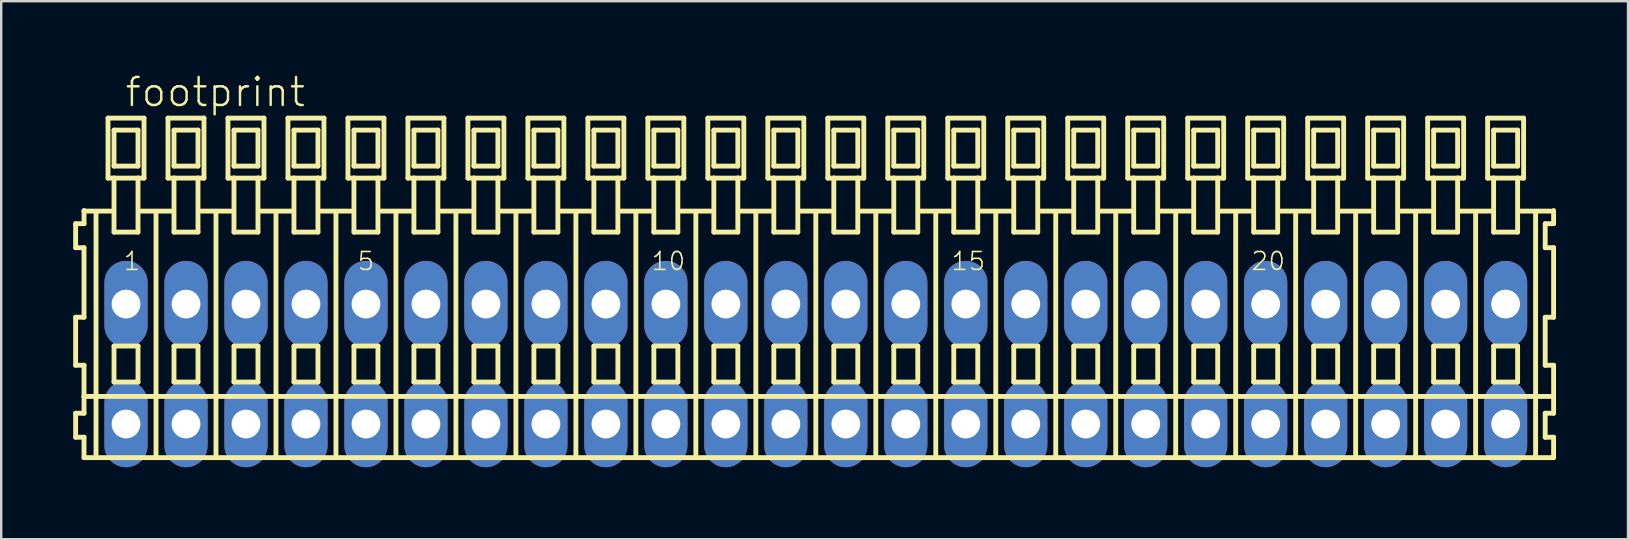
<source format=kicad_pcb>
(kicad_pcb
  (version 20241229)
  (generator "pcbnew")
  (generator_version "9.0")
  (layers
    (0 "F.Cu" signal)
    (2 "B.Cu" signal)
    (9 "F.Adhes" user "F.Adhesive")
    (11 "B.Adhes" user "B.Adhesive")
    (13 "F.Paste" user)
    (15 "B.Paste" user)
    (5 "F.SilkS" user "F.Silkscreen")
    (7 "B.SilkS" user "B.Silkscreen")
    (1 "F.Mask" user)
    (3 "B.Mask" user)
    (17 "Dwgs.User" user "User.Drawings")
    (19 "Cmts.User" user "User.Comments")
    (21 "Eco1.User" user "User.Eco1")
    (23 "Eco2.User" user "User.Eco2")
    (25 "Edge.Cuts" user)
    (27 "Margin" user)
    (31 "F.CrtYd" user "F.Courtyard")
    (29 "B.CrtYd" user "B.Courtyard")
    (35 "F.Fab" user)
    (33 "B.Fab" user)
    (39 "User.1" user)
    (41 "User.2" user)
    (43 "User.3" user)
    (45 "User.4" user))
  (footprint "footprint"
    (layer "F.Cu")
    (at 30.952 12.123)
    (property "Reference" "footprint" (at -28.85 -10.65 0) (layer "F.SilkS") (effects (font (size 1.168 1.168) (thickness 0.102)) (justify left bottom)))
    (fp_line (start -30.85 -5.85) (end -30.85 -4.85) (stroke (width 0.203) (type solid)) (layer "F.SilkS"))
    (fp_line (start -30.85 -4.85) (end -30.5 -4.85) (stroke (width 0.203) (type solid)) (layer "F.SilkS"))
    (fp_line (start -30.85 -1.95) (end -30.85 0.05) (stroke (width 0.203) (type solid)) (layer "F.SilkS"))
    (fp_line (start -30.85 0.05) (end -30.5 0.05) (stroke (width 0.203) (type solid)) (layer "F.SilkS"))
    (fp_line (start -30.85 2.05) (end -30.85 3.05) (stroke (width 0.203) (type solid)) (layer "F.SilkS"))
    (fp_line (start -30.85 3.05) (end -30.5 3.05) (stroke (width 0.203) (type solid)) (layer "F.SilkS"))
    (fp_line (start -30.5 -6.4) (end -30.5 -6.375) (stroke (width 0.203) (type solid)) (layer "F.SilkS"))
    (fp_line (start -30.5 -6.375) (end -30.5 -5.85) (stroke (width 0.203) (type solid)) (layer "F.SilkS"))
    (fp_line (start -30.5 -6.375) (end -29.375 -6.375) (stroke (width 0.203) (type solid)) (layer "F.SilkS"))
    (fp_line (start -30.5 -5.85) (end -30.85 -5.85) (stroke (width 0.203) (type solid)) (layer "F.SilkS"))
    (fp_line (start -30.5 -4.85) (end -30.5 -1.95) (stroke (width 0.203) (type solid)) (layer "F.SilkS"))
    (fp_line (start -30.5 -1.95) (end -30.85 -1.95) (stroke (width 0.203) (type solid)) (layer "F.SilkS"))
    (fp_line (start -30.5 0.05) (end -30.5 1.35) (stroke (width 0.203) (type solid)) (layer "F.SilkS"))
    (fp_line (start -30.5 1.35) (end -30.5 2.05) (stroke (width 0.203) (type solid)) (layer "F.SilkS"))
    (fp_line (start -30.5 1.35) (end 30.75 1.35) (stroke (width 0.203) (type solid)) (layer "F.SilkS"))
    (fp_line (start -30.5 2.05) (end -30.85 2.05) (stroke (width 0.203) (type solid)) (layer "F.SilkS"))
    (fp_line (start -30.5 3.05) (end -30.5 3.9) (stroke (width 0.203) (type solid)) (layer "F.SilkS"))
    (fp_line (start -30.5 3.9) (end 30.75 3.9) (stroke (width 0.203) (type solid)) (layer "F.SilkS"))
    (fp_line (start -30 -6.35) (end -30 3.8) (stroke (width 0.203) (type solid)) (layer "F.SilkS"))
    (fp_line (start -29.5 -10.25) (end -29.5 -7.75) (stroke (width 0.203) (type solid)) (layer "F.SilkS"))
    (fp_line (start -29.5 -7.75) (end -29.25 -7.75) (stroke (width 0.203) (type solid)) (layer "F.SilkS"))
    (fp_line (start -29.25 -9.75) (end -29.25 -8.25) (stroke (width 0.203) (type solid)) (layer "F.SilkS"))
    (fp_line (start -29.25 -8.25) (end -28.25 -8.25) (stroke (width 0.203) (type solid)) (layer "F.SilkS"))
    (fp_line (start -29.25 -7.75) (end -29.25 -5.5) (stroke (width 0.203) (type solid)) (layer "F.SilkS"))
    (fp_line (start -29.25 -7.75) (end -28.25 -7.75) (stroke (width 0.203) (type solid)) (layer "F.SilkS"))
    (fp_line (start -29.25 -5.5) (end -28.25 -5.5) (stroke (width 0.203) (type solid)) (layer "F.SilkS"))
    (fp_line (start -29.25 -0.75) (end -29.25 0.75) (stroke (width 0.203) (type solid)) (layer "F.SilkS"))
    (fp_line (start -29.25 0.75) (end -28.25 0.75) (stroke (width 0.203) (type solid)) (layer "F.SilkS"))
    (fp_line (start -28.25 -9.75) (end -29.25 -9.75) (stroke (width 0.203) (type solid)) (layer "F.SilkS"))
    (fp_line (start -28.25 -8.25) (end -28.25 -9.75) (stroke (width 0.203) (type solid)) (layer "F.SilkS"))
    (fp_line (start -28.25 -7.75) (end -28 -7.75) (stroke (width 0.203) (type solid)) (layer "F.SilkS"))
    (fp_line (start -28.25 -5.5) (end -28.25 -7.75) (stroke (width 0.203) (type solid)) (layer "F.SilkS"))
    (fp_line (start -28.25 -0.75) (end -29.25 -0.75) (stroke (width 0.203) (type solid)) (layer "F.SilkS"))
    (fp_line (start -28.25 0.75) (end -28.25 -0.75) (stroke (width 0.203) (type solid)) (layer "F.SilkS"))
    (fp_line (start -28.125 -6.375) (end -26.875 -6.375) (stroke (width 0.203) (type solid)) (layer "F.SilkS"))
    (fp_line (start -28 -10.25) (end -29.5 -10.25) (stroke (width 0.203) (type solid)) (layer "F.SilkS"))
    (fp_line (start -28 -7.75) (end -28 -10.25) (stroke (width 0.203) (type solid)) (layer "F.SilkS"))
    (fp_line (start -27.5 -6.35) (end -27.5 3.8) (stroke (width 0.203) (type solid)) (layer "F.SilkS"))
    (fp_line (start -27 -10.25) (end -27 -7.75) (stroke (width 0.203) (type solid)) (layer "F.SilkS"))
    (fp_line (start -27 -7.75) (end -26.75 -7.75) (stroke (width 0.203) (type solid)) (layer "F.SilkS"))
    (fp_line (start -26.75 -9.75) (end -26.75 -8.25) (stroke (width 0.203) (type solid)) (layer "F.SilkS"))
    (fp_line (start -26.75 -8.25) (end -25.75 -8.25) (stroke (width 0.203) (type solid)) (layer "F.SilkS"))
    (fp_line (start -26.75 -7.75) (end -26.75 -5.5) (stroke (width 0.203) (type solid)) (layer "F.SilkS"))
    (fp_line (start -26.75 -7.75) (end -25.75 -7.75) (stroke (width 0.203) (type solid)) (layer "F.SilkS"))
    (fp_line (start -26.75 -5.5) (end -25.75 -5.5) (stroke (width 0.203) (type solid)) (layer "F.SilkS"))
    (fp_line (start -26.75 -0.75) (end -26.75 0.75) (stroke (width 0.203) (type solid)) (layer "F.SilkS"))
    (fp_line (start -26.75 0.75) (end -25.75 0.75) (stroke (width 0.203) (type solid)) (layer "F.SilkS"))
    (fp_line (start -25.75 -9.75) (end -26.75 -9.75) (stroke (width 0.203) (type solid)) (layer "F.SilkS"))
    (fp_line (start -25.75 -8.25) (end -25.75 -9.75) (stroke (width 0.203) (type solid)) (layer "F.SilkS"))
    (fp_line (start -25.75 -7.75) (end -25.5 -7.75) (stroke (width 0.203) (type solid)) (layer "F.SilkS"))
    (fp_line (start -25.75 -5.5) (end -25.75 -7.75) (stroke (width 0.203) (type solid)) (layer "F.SilkS"))
    (fp_line (start -25.75 -0.75) (end -26.75 -0.75) (stroke (width 0.203) (type solid)) (layer "F.SilkS"))
    (fp_line (start -25.75 0.75) (end -25.75 -0.75) (stroke (width 0.203) (type solid)) (layer "F.SilkS"))
    (fp_line (start -25.625 -6.375) (end -24.375 -6.375) (stroke (width 0.203) (type solid)) (layer "F.SilkS"))
    (fp_line (start -25.5 -10.25) (end -27 -10.25) (stroke (width 0.203) (type solid)) (layer "F.SilkS"))
    (fp_line (start -25.5 -7.75) (end -25.5 -10.25) (stroke (width 0.203) (type solid)) (layer "F.SilkS"))
    (fp_line (start -25 -6.35) (end -25 3.8) (stroke (width 0.203) (type solid)) (layer "F.SilkS"))
    (fp_line (start -24.5 -10.25) (end -24.5 -7.75) (stroke (width 0.203) (type solid)) (layer "F.SilkS"))
    (fp_line (start -24.5 -7.75) (end -24.25 -7.75) (stroke (width 0.203) (type solid)) (layer "F.SilkS"))
    (fp_line (start -24.25 -9.75) (end -24.25 -8.25) (stroke (width 0.203) (type solid)) (layer "F.SilkS"))
    (fp_line (start -24.25 -8.25) (end -23.25 -8.25) (stroke (width 0.203) (type solid)) (layer "F.SilkS"))
    (fp_line (start -24.25 -7.75) (end -24.25 -5.5) (stroke (width 0.203) (type solid)) (layer "F.SilkS"))
    (fp_line (start -24.25 -7.75) (end -23.25 -7.75) (stroke (width 0.203) (type solid)) (layer "F.SilkS"))
    (fp_line (start -24.25 -5.5) (end -23.25 -5.5) (stroke (width 0.203) (type solid)) (layer "F.SilkS"))
    (fp_line (start -24.25 -0.75) (end -24.25 0.75) (stroke (width 0.203) (type solid)) (layer "F.SilkS"))
    (fp_line (start -24.25 0.75) (end -23.25 0.75) (stroke (width 0.203) (type solid)) (layer "F.SilkS"))
    (fp_line (start -23.25 -9.75) (end -24.25 -9.75) (stroke (width 0.203) (type solid)) (layer "F.SilkS"))
    (fp_line (start -23.25 -8.25) (end -23.25 -9.75) (stroke (width 0.203) (type solid)) (layer "F.SilkS"))
    (fp_line (start -23.25 -7.75) (end -23 -7.75) (stroke (width 0.203) (type solid)) (layer "F.SilkS"))
    (fp_line (start -23.25 -5.5) (end -23.25 -7.75) (stroke (width 0.203) (type solid)) (layer "F.SilkS"))
    (fp_line (start -23.25 -0.75) (end -24.25 -0.75) (stroke (width 0.203) (type solid)) (layer "F.SilkS"))
    (fp_line (start -23.25 0.75) (end -23.25 -0.75) (stroke (width 0.203) (type solid)) (layer "F.SilkS"))
    (fp_line (start -23.125 -6.375) (end -21.875 -6.375) (stroke (width 0.203) (type solid)) (layer "F.SilkS"))
    (fp_line (start -23 -10.25) (end -24.5 -10.25) (stroke (width 0.203) (type solid)) (layer "F.SilkS"))
    (fp_line (start -23 -7.75) (end -23 -10.25) (stroke (width 0.203) (type solid)) (layer "F.SilkS"))
    (fp_line (start -22.5 -6.35) (end -22.5 3.8) (stroke (width 0.203) (type solid)) (layer "F.SilkS"))
    (fp_line (start -22 -10.25) (end -22 -7.75) (stroke (width 0.203) (type solid)) (layer "F.SilkS"))
    (fp_line (start -22 -7.75) (end -21.75 -7.75) (stroke (width 0.203) (type solid)) (layer "F.SilkS"))
    (fp_line (start -21.75 -9.75) (end -21.75 -8.25) (stroke (width 0.203) (type solid)) (layer "F.SilkS"))
    (fp_line (start -21.75 -8.25) (end -20.75 -8.25) (stroke (width 0.203) (type solid)) (layer "F.SilkS"))
    (fp_line (start -21.75 -7.75) (end -21.75 -5.5) (stroke (width 0.203) (type solid)) (layer "F.SilkS"))
    (fp_line (start -21.75 -7.75) (end -20.75 -7.75) (stroke (width 0.203) (type solid)) (layer "F.SilkS"))
    (fp_line (start -21.75 -5.5) (end -20.75 -5.5) (stroke (width 0.203) (type solid)) (layer "F.SilkS"))
    (fp_line (start -21.75 -0.75) (end -21.75 0.75) (stroke (width 0.203) (type solid)) (layer "F.SilkS"))
    (fp_line (start -21.75 0.75) (end -20.75 0.75) (stroke (width 0.203) (type solid)) (layer "F.SilkS"))
    (fp_line (start -20.75 -9.75) (end -21.75 -9.75) (stroke (width 0.203) (type solid)) (layer "F.SilkS"))
    (fp_line (start -20.75 -8.25) (end -20.75 -9.75) (stroke (width 0.203) (type solid)) (layer "F.SilkS"))
    (fp_line (start -20.75 -7.75) (end -20.5 -7.75) (stroke (width 0.203) (type solid)) (layer "F.SilkS"))
    (fp_line (start -20.75 -5.5) (end -20.75 -7.75) (stroke (width 0.203) (type solid)) (layer "F.SilkS"))
    (fp_line (start -20.75 -0.75) (end -21.75 -0.75) (stroke (width 0.203) (type solid)) (layer "F.SilkS"))
    (fp_line (start -20.75 0.75) (end -20.75 -0.75) (stroke (width 0.203) (type solid)) (layer "F.SilkS"))
    (fp_line (start -20.625 -6.375) (end -19.375 -6.375) (stroke (width 0.203) (type solid)) (layer "F.SilkS"))
    (fp_line (start -20.5 -10.25) (end -22 -10.25) (stroke (width 0.203) (type solid)) (layer "F.SilkS"))
    (fp_line (start -20.5 -7.75) (end -20.5 -10.25) (stroke (width 0.203) (type solid)) (layer "F.SilkS"))
    (fp_line (start -20 -6.35) (end -20 3.8) (stroke (width 0.203) (type solid)) (layer "F.SilkS"))
    (fp_line (start -19.5 -10.25) (end -19.5 -7.75) (stroke (width 0.203) (type solid)) (layer "F.SilkS"))
    (fp_line (start -19.5 -7.75) (end -19.25 -7.75) (stroke (width 0.203) (type solid)) (layer "F.SilkS"))
    (fp_line (start -19.25 -9.75) (end -19.25 -8.25) (stroke (width 0.203) (type solid)) (layer "F.SilkS"))
    (fp_line (start -19.25 -8.25) (end -18.25 -8.25) (stroke (width 0.203) (type solid)) (layer "F.SilkS"))
    (fp_line (start -19.25 -7.75) (end -19.25 -5.5) (stroke (width 0.203) (type solid)) (layer "F.SilkS"))
    (fp_line (start -19.25 -7.75) (end -18.25 -7.75) (stroke (width 0.203) (type solid)) (layer "F.SilkS"))
    (fp_line (start -19.25 -5.5) (end -18.25 -5.5) (stroke (width 0.203) (type solid)) (layer "F.SilkS"))
    (fp_line (start -19.25 -0.75) (end -19.25 0.75) (stroke (width 0.203) (type solid)) (layer "F.SilkS"))
    (fp_line (start -19.25 0.75) (end -18.25 0.75) (stroke (width 0.203) (type solid)) (layer "F.SilkS"))
    (fp_line (start -18.25 -9.75) (end -19.25 -9.75) (stroke (width 0.203) (type solid)) (layer "F.SilkS"))
    (fp_line (start -18.25 -8.25) (end -18.25 -9.75) (stroke (width 0.203) (type solid)) (layer "F.SilkS"))
    (fp_line (start -18.25 -7.75) (end -18 -7.75) (stroke (width 0.203) (type solid)) (layer "F.SilkS"))
    (fp_line (start -18.25 -5.5) (end -18.25 -7.75) (stroke (width 0.203) (type solid)) (layer "F.SilkS"))
    (fp_line (start -18.25 -0.75) (end -19.25 -0.75) (stroke (width 0.203) (type solid)) (layer "F.SilkS"))
    (fp_line (start -18.25 0.75) (end -18.25 -0.75) (stroke (width 0.203) (type solid)) (layer "F.SilkS"))
    (fp_line (start -18.125 -6.375) (end -16.875 -6.375) (stroke (width 0.203) (type solid)) (layer "F.SilkS"))
    (fp_line (start -18 -10.25) (end -19.5 -10.25) (stroke (width 0.203) (type solid)) (layer "F.SilkS"))
    (fp_line (start -18 -7.75) (end -18 -10.25) (stroke (width 0.203) (type solid)) (layer "F.SilkS"))
    (fp_line (start -17.5 -6.35) (end -17.5 3.8) (stroke (width 0.203) (type solid)) (layer "F.SilkS"))
    (fp_line (start -17 -10.25) (end -17 -7.75) (stroke (width 0.203) (type solid)) (layer "F.SilkS"))
    (fp_line (start -17 -7.75) (end -16.75 -7.75) (stroke (width 0.203) (type solid)) (layer "F.SilkS"))
    (fp_line (start -16.75 -9.75) (end -16.75 -8.25) (stroke (width 0.203) (type solid)) (layer "F.SilkS"))
    (fp_line (start -16.75 -8.25) (end -15.75 -8.25) (stroke (width 0.203) (type solid)) (layer "F.SilkS"))
    (fp_line (start -16.75 -7.75) (end -16.75 -5.5) (stroke (width 0.203) (type solid)) (layer "F.SilkS"))
    (fp_line (start -16.75 -7.75) (end -15.75 -7.75) (stroke (width 0.203) (type solid)) (layer "F.SilkS"))
    (fp_line (start -16.75 -5.5) (end -15.75 -5.5) (stroke (width 0.203) (type solid)) (layer "F.SilkS"))
    (fp_line (start -16.75 -0.75) (end -16.75 0.75) (stroke (width 0.203) (type solid)) (layer "F.SilkS"))
    (fp_line (start -16.75 0.75) (end -15.75 0.75) (stroke (width 0.203) (type solid)) (layer "F.SilkS"))
    (fp_line (start -15.75 -9.75) (end -16.75 -9.75) (stroke (width 0.203) (type solid)) (layer "F.SilkS"))
    (fp_line (start -15.75 -8.25) (end -15.75 -9.75) (stroke (width 0.203) (type solid)) (layer "F.SilkS"))
    (fp_line (start -15.75 -7.75) (end -15.5 -7.75) (stroke (width 0.203) (type solid)) (layer "F.SilkS"))
    (fp_line (start -15.75 -5.5) (end -15.75 -7.75) (stroke (width 0.203) (type solid)) (layer "F.SilkS"))
    (fp_line (start -15.75 -0.75) (end -16.75 -0.75) (stroke (width 0.203) (type solid)) (layer "F.SilkS"))
    (fp_line (start -15.75 0.75) (end -15.75 -0.75) (stroke (width 0.203) (type solid)) (layer "F.SilkS"))
    (fp_line (start -15.625 -6.375) (end -14.375 -6.375) (stroke (width 0.203) (type solid)) (layer "F.SilkS"))
    (fp_line (start -15.5 -10.25) (end -17 -10.25) (stroke (width 0.203) (type solid)) (layer "F.SilkS"))
    (fp_line (start -15.5 -7.75) (end -15.5 -10.25) (stroke (width 0.203) (type solid)) (layer "F.SilkS"))
    (fp_line (start -15 -6.35) (end -15 3.8) (stroke (width 0.203) (type solid)) (layer "F.SilkS"))
    (fp_line (start -14.5 -10.25) (end -14.5 -7.75) (stroke (width 0.203) (type solid)) (layer "F.SilkS"))
    (fp_line (start -14.5 -7.75) (end -14.25 -7.75) (stroke (width 0.203) (type solid)) (layer "F.SilkS"))
    (fp_line (start -14.25 -9.75) (end -14.25 -8.25) (stroke (width 0.203) (type solid)) (layer "F.SilkS"))
    (fp_line (start -14.25 -8.25) (end -13.25 -8.25) (stroke (width 0.203) (type solid)) (layer "F.SilkS"))
    (fp_line (start -14.25 -7.75) (end -14.25 -5.5) (stroke (width 0.203) (type solid)) (layer "F.SilkS"))
    (fp_line (start -14.25 -7.75) (end -13.25 -7.75) (stroke (width 0.203) (type solid)) (layer "F.SilkS"))
    (fp_line (start -14.25 -5.5) (end -13.25 -5.5) (stroke (width 0.203) (type solid)) (layer "F.SilkS"))
    (fp_line (start -14.25 -0.75) (end -14.25 0.75) (stroke (width 0.203) (type solid)) (layer "F.SilkS"))
    (fp_line (start -14.25 0.75) (end -13.25 0.75) (stroke (width 0.203) (type solid)) (layer "F.SilkS"))
    (fp_line (start -13.25 -9.75) (end -14.25 -9.75) (stroke (width 0.203) (type solid)) (layer "F.SilkS"))
    (fp_line (start -13.25 -8.25) (end -13.25 -9.75) (stroke (width 0.203) (type solid)) (layer "F.SilkS"))
    (fp_line (start -13.25 -7.75) (end -13 -7.75) (stroke (width 0.203) (type solid)) (layer "F.SilkS"))
    (fp_line (start -13.25 -5.5) (end -13.25 -7.75) (stroke (width 0.203) (type solid)) (layer "F.SilkS"))
    (fp_line (start -13.25 -0.75) (end -14.25 -0.75) (stroke (width 0.203) (type solid)) (layer "F.SilkS"))
    (fp_line (start -13.25 0.75) (end -13.25 -0.75) (stroke (width 0.203) (type solid)) (layer "F.SilkS"))
    (fp_line (start -13.125 -6.375) (end -11.875 -6.375) (stroke (width 0.203) (type solid)) (layer "F.SilkS"))
    (fp_line (start -13 -10.25) (end -14.5 -10.25) (stroke (width 0.203) (type solid)) (layer "F.SilkS"))
    (fp_line (start -13 -7.75) (end -13 -10.25) (stroke (width 0.203) (type solid)) (layer "F.SilkS"))
    (fp_line (start -12.5 -6.35) (end -12.5 3.8) (stroke (width 0.203) (type solid)) (layer "F.SilkS"))
    (fp_line (start -12 -10.25) (end -12 -7.75) (stroke (width 0.203) (type solid)) (layer "F.SilkS"))
    (fp_line (start -12 -7.75) (end -11.75 -7.75) (stroke (width 0.203) (type solid)) (layer "F.SilkS"))
    (fp_line (start -11.75 -9.75) (end -11.75 -8.25) (stroke (width 0.203) (type solid)) (layer "F.SilkS"))
    (fp_line (start -11.75 -8.25) (end -10.75 -8.25) (stroke (width 0.203) (type solid)) (layer "F.SilkS"))
    (fp_line (start -11.75 -7.75) (end -11.75 -5.5) (stroke (width 0.203) (type solid)) (layer "F.SilkS"))
    (fp_line (start -11.75 -7.75) (end -10.75 -7.75) (stroke (width 0.203) (type solid)) (layer "F.SilkS"))
    (fp_line (start -11.75 -5.5) (end -10.75 -5.5) (stroke (width 0.203) (type solid)) (layer "F.SilkS"))
    (fp_line (start -11.75 -0.75) (end -11.75 0.75) (stroke (width 0.203) (type solid)) (layer "F.SilkS"))
    (fp_line (start -11.75 0.75) (end -10.75 0.75) (stroke (width 0.203) (type solid)) (layer "F.SilkS"))
    (fp_line (start -10.75 -9.75) (end -11.75 -9.75) (stroke (width 0.203) (type solid)) (layer "F.SilkS"))
    (fp_line (start -10.75 -8.25) (end -10.75 -9.75) (stroke (width 0.203) (type solid)) (layer "F.SilkS"))
    (fp_line (start -10.75 -7.75) (end -10.5 -7.75) (stroke (width 0.203) (type solid)) (layer "F.SilkS"))
    (fp_line (start -10.75 -5.5) (end -10.75 -7.75) (stroke (width 0.203) (type solid)) (layer "F.SilkS"))
    (fp_line (start -10.75 -0.75) (end -11.75 -0.75) (stroke (width 0.203) (type solid)) (layer "F.SilkS"))
    (fp_line (start -10.75 0.75) (end -10.75 -0.75) (stroke (width 0.203) (type solid)) (layer "F.SilkS"))
    (fp_line (start -10.625 -6.375) (end -9.375 -6.375) (stroke (width 0.203) (type solid)) (layer "F.SilkS"))
    (fp_line (start -10.5 -10.25) (end -12 -10.25) (stroke (width 0.203) (type solid)) (layer "F.SilkS"))
    (fp_line (start -10.5 -7.75) (end -10.5 -10.25) (stroke (width 0.203) (type solid)) (layer "F.SilkS"))
    (fp_line (start -10 -6.35) (end -10 3.8) (stroke (width 0.203) (type solid)) (layer "F.SilkS"))
    (fp_line (start -9.5 -10.25) (end -9.5 -7.75) (stroke (width 0.203) (type solid)) (layer "F.SilkS"))
    (fp_line (start -9.5 -7.75) (end -9.25 -7.75) (stroke (width 0.203) (type solid)) (layer "F.SilkS"))
    (fp_line (start -9.25 -9.75) (end -9.25 -8.25) (stroke (width 0.203) (type solid)) (layer "F.SilkS"))
    (fp_line (start -9.25 -8.25) (end -8.25 -8.25) (stroke (width 0.203) (type solid)) (layer "F.SilkS"))
    (fp_line (start -9.25 -7.75) (end -9.25 -5.5) (stroke (width 0.203) (type solid)) (layer "F.SilkS"))
    (fp_line (start -9.25 -7.75) (end -8.25 -7.75) (stroke (width 0.203) (type solid)) (layer "F.SilkS"))
    (fp_line (start -9.25 -5.5) (end -8.25 -5.5) (stroke (width 0.203) (type solid)) (layer "F.SilkS"))
    (fp_line (start -9.25 -0.75) (end -9.25 0.75) (stroke (width 0.203) (type solid)) (layer "F.SilkS"))
    (fp_line (start -9.25 0.75) (end -8.25 0.75) (stroke (width 0.203) (type solid)) (layer "F.SilkS"))
    (fp_line (start -8.25 -9.75) (end -9.25 -9.75) (stroke (width 0.203) (type solid)) (layer "F.SilkS"))
    (fp_line (start -8.25 -8.25) (end -8.25 -9.75) (stroke (width 0.203) (type solid)) (layer "F.SilkS"))
    (fp_line (start -8.25 -7.75) (end -8 -7.75) (stroke (width 0.203) (type solid)) (layer "F.SilkS"))
    (fp_line (start -8.25 -5.5) (end -8.25 -7.75) (stroke (width 0.203) (type solid)) (layer "F.SilkS"))
    (fp_line (start -8.25 -0.75) (end -9.25 -0.75) (stroke (width 0.203) (type solid)) (layer "F.SilkS"))
    (fp_line (start -8.25 0.75) (end -8.25 -0.75) (stroke (width 0.203) (type solid)) (layer "F.SilkS"))
    (fp_line (start -8.125 -6.375) (end -6.875 -6.375) (stroke (width 0.203) (type solid)) (layer "F.SilkS"))
    (fp_line (start -8 -10.25) (end -9.5 -10.25) (stroke (width 0.203) (type solid)) (layer "F.SilkS"))
    (fp_line (start -8 -7.75) (end -8 -10.25) (stroke (width 0.203) (type solid)) (layer "F.SilkS"))
    (fp_line (start -7.5 -6.35) (end -7.5 3.8) (stroke (width 0.203) (type solid)) (layer "F.SilkS"))
    (fp_line (start -7 -10.25) (end -7 -7.75) (stroke (width 0.203) (type solid)) (layer "F.SilkS"))
    (fp_line (start -7 -7.75) (end -6.75 -7.75) (stroke (width 0.203) (type solid)) (layer "F.SilkS"))
    (fp_line (start -6.75 -9.75) (end -6.75 -8.25) (stroke (width 0.203) (type solid)) (layer "F.SilkS"))
    (fp_line (start -6.75 -8.25) (end -5.75 -8.25) (stroke (width 0.203) (type solid)) (layer "F.SilkS"))
    (fp_line (start -6.75 -7.75) (end -6.75 -5.5) (stroke (width 0.203) (type solid)) (layer "F.SilkS"))
    (fp_line (start -6.75 -7.75) (end -5.75 -7.75) (stroke (width 0.203) (type solid)) (layer "F.SilkS"))
    (fp_line (start -6.75 -5.5) (end -5.75 -5.5) (stroke (width 0.203) (type solid)) (layer "F.SilkS"))
    (fp_line (start -6.75 -0.75) (end -6.75 0.75) (stroke (width 0.203) (type solid)) (layer "F.SilkS"))
    (fp_line (start -6.75 0.75) (end -5.75 0.75) (stroke (width 0.203) (type solid)) (layer "F.SilkS"))
    (fp_line (start -5.75 -9.75) (end -6.75 -9.75) (stroke (width 0.203) (type solid)) (layer "F.SilkS"))
    (fp_line (start -5.75 -8.25) (end -5.75 -9.75) (stroke (width 0.203) (type solid)) (layer "F.SilkS"))
    (fp_line (start -5.75 -7.75) (end -5.5 -7.75) (stroke (width 0.203) (type solid)) (layer "F.SilkS"))
    (fp_line (start -5.75 -5.5) (end -5.75 -7.75) (stroke (width 0.203) (type solid)) (layer "F.SilkS"))
    (fp_line (start -5.75 -0.75) (end -6.75 -0.75) (stroke (width 0.203) (type solid)) (layer "F.SilkS"))
    (fp_line (start -5.75 0.75) (end -5.75 -0.75) (stroke (width 0.203) (type solid)) (layer "F.SilkS"))
    (fp_line (start -5.625 -6.375) (end -4.375 -6.375) (stroke (width 0.203) (type solid)) (layer "F.SilkS"))
    (fp_line (start -5.5 -10.25) (end -7 -10.25) (stroke (width 0.203) (type solid)) (layer "F.SilkS"))
    (fp_line (start -5.5 -7.75) (end -5.5 -10.25) (stroke (width 0.203) (type solid)) (layer "F.SilkS"))
    (fp_line (start -5 -6.35) (end -5 3.8) (stroke (width 0.203) (type solid)) (layer "F.SilkS"))
    (fp_line (start -4.5 -10.25) (end -4.5 -7.75) (stroke (width 0.203) (type solid)) (layer "F.SilkS"))
    (fp_line (start -4.5 -7.75) (end -4.25 -7.75) (stroke (width 0.203) (type solid)) (layer "F.SilkS"))
    (fp_line (start -4.25 -9.75) (end -4.25 -8.25) (stroke (width 0.203) (type solid)) (layer "F.SilkS"))
    (fp_line (start -4.25 -8.25) (end -3.25 -8.25) (stroke (width 0.203) (type solid)) (layer "F.SilkS"))
    (fp_line (start -4.25 -7.75) (end -4.25 -5.5) (stroke (width 0.203) (type solid)) (layer "F.SilkS"))
    (fp_line (start -4.25 -7.75) (end -3.25 -7.75) (stroke (width 0.203) (type solid)) (layer "F.SilkS"))
    (fp_line (start -4.25 -5.5) (end -3.25 -5.5) (stroke (width 0.203) (type solid)) (layer "F.SilkS"))
    (fp_line (start -4.25 -0.75) (end -4.25 0.75) (stroke (width 0.203) (type solid)) (layer "F.SilkS"))
    (fp_line (start -4.25 0.75) (end -3.25 0.75) (stroke (width 0.203) (type solid)) (layer "F.SilkS"))
    (fp_line (start -3.25 -9.75) (end -4.25 -9.75) (stroke (width 0.203) (type solid)) (layer "F.SilkS"))
    (fp_line (start -3.25 -8.25) (end -3.25 -9.75) (stroke (width 0.203) (type solid)) (layer "F.SilkS"))
    (fp_line (start -3.25 -7.75) (end -3 -7.75) (stroke (width 0.203) (type solid)) (layer "F.SilkS"))
    (fp_line (start -3.25 -5.5) (end -3.25 -7.75) (stroke (width 0.203) (type solid)) (layer "F.SilkS"))
    (fp_line (start -3.25 -0.75) (end -4.25 -0.75) (stroke (width 0.203) (type solid)) (layer "F.SilkS"))
    (fp_line (start -3.25 0.75) (end -3.25 -0.75) (stroke (width 0.203) (type solid)) (layer "F.SilkS"))
    (fp_line (start -3.125 -6.375) (end -1.875 -6.375) (stroke (width 0.203) (type solid)) (layer "F.SilkS"))
    (fp_line (start -3 -10.25) (end -4.5 -10.25) (stroke (width 0.203) (type solid)) (layer "F.SilkS"))
    (fp_line (start -3 -7.75) (end -3 -10.25) (stroke (width 0.203) (type solid)) (layer "F.SilkS"))
    (fp_line (start -2.5 -6.35) (end -2.5 3.8) (stroke (width 0.203) (type solid)) (layer "F.SilkS"))
    (fp_line (start -2 -10.25) (end -2 -7.75) (stroke (width 0.203) (type solid)) (layer "F.SilkS"))
    (fp_line (start -2 -7.75) (end -1.75 -7.75) (stroke (width 0.203) (type solid)) (layer "F.SilkS"))
    (fp_line (start -1.75 -9.75) (end -1.75 -8.25) (stroke (width 0.203) (type solid)) (layer "F.SilkS"))
    (fp_line (start -1.75 -8.25) (end -0.75 -8.25) (stroke (width 0.203) (type solid)) (layer "F.SilkS"))
    (fp_line (start -1.75 -7.75) (end -1.75 -5.5) (stroke (width 0.203) (type solid)) (layer "F.SilkS"))
    (fp_line (start -1.75 -7.75) (end -0.75 -7.75) (stroke (width 0.203) (type solid)) (layer "F.SilkS"))
    (fp_line (start -1.75 -5.5) (end -0.75 -5.5) (stroke (width 0.203) (type solid)) (layer "F.SilkS"))
    (fp_line (start -1.75 -0.75) (end -1.75 0.75) (stroke (width 0.203) (type solid)) (layer "F.SilkS"))
    (fp_line (start -1.75 0.75) (end -0.75 0.75) (stroke (width 0.203) (type solid)) (layer "F.SilkS"))
    (fp_line (start -0.75 -9.75) (end -1.75 -9.75) (stroke (width 0.203) (type solid)) (layer "F.SilkS"))
    (fp_line (start -0.75 -8.25) (end -0.75 -9.75) (stroke (width 0.203) (type solid)) (layer "F.SilkS"))
    (fp_line (start -0.75 -7.75) (end -0.5 -7.75) (stroke (width 0.203) (type solid)) (layer "F.SilkS"))
    (fp_line (start -0.75 -5.5) (end -0.75 -7.75) (stroke (width 0.203) (type solid)) (layer "F.SilkS"))
    (fp_line (start -0.75 -0.75) (end -1.75 -0.75) (stroke (width 0.203) (type solid)) (layer "F.SilkS"))
    (fp_line (start -0.75 0.75) (end -0.75 -0.75) (stroke (width 0.203) (type solid)) (layer "F.SilkS"))
    (fp_line (start -0.625 -6.375) (end 0.625 -6.375) (stroke (width 0.203) (type solid)) (layer "F.SilkS"))
    (fp_line (start -0.5 -10.25) (end -2 -10.25) (stroke (width 0.203) (type solid)) (layer "F.SilkS"))
    (fp_line (start -0.5 -7.75) (end -0.5 -10.25) (stroke (width 0.203) (type solid)) (layer "F.SilkS"))
    (fp_line (start 0 -6.35) (end 0 3.8) (stroke (width 0.203) (type solid)) (layer "F.SilkS"))
    (fp_line (start 0.5 -10.25) (end 0.5 -7.75) (stroke (width 0.203) (type solid)) (layer "F.SilkS"))
    (fp_line (start 0.5 -7.75) (end 0.75 -7.75) (stroke (width 0.203) (type solid)) (layer "F.SilkS"))
    (fp_line (start 0.75 -9.75) (end 0.75 -8.25) (stroke (width 0.203) (type solid)) (layer "F.SilkS"))
    (fp_line (start 0.75 -8.25) (end 1.75 -8.25) (stroke (width 0.203) (type solid)) (layer "F.SilkS"))
    (fp_line (start 0.75 -7.75) (end 0.75 -5.5) (stroke (width 0.203) (type solid)) (layer "F.SilkS"))
    (fp_line (start 0.75 -7.75) (end 1.75 -7.75) (stroke (width 0.203) (type solid)) (layer "F.SilkS"))
    (fp_line (start 0.75 -5.5) (end 1.75 -5.5) (stroke (width 0.203) (type solid)) (layer "F.SilkS"))
    (fp_line (start 0.75 -0.75) (end 0.75 0.75) (stroke (width 0.203) (type solid)) (layer "F.SilkS"))
    (fp_line (start 0.75 0.75) (end 1.75 0.75) (stroke (width 0.203) (type solid)) (layer "F.SilkS"))
    (fp_line (start 1.75 -9.75) (end 0.75 -9.75) (stroke (width 0.203) (type solid)) (layer "F.SilkS"))
    (fp_line (start 1.75 -8.25) (end 1.75 -9.75) (stroke (width 0.203) (type solid)) (layer "F.SilkS"))
    (fp_line (start 1.75 -7.75) (end 2 -7.75) (stroke (width 0.203) (type solid)) (layer "F.SilkS"))
    (fp_line (start 1.75 -5.5) (end 1.75 -7.75) (stroke (width 0.203) (type solid)) (layer "F.SilkS"))
    (fp_line (start 1.75 -0.75) (end 0.75 -0.75) (stroke (width 0.203) (type solid)) (layer "F.SilkS"))
    (fp_line (start 1.75 0.75) (end 1.75 -0.75) (stroke (width 0.203) (type solid)) (layer "F.SilkS"))
    (fp_line (start 1.875 -6.375) (end 3.125 -6.375) (stroke (width 0.203) (type solid)) (layer "F.SilkS"))
    (fp_line (start 2 -10.25) (end 0.5 -10.25) (stroke (width 0.203) (type solid)) (layer "F.SilkS"))
    (fp_line (start 2 -7.75) (end 2 -10.25) (stroke (width 0.203) (type solid)) (layer "F.SilkS"))
    (fp_line (start 2.5 -6.35) (end 2.5 3.8) (stroke (width 0.203) (type solid)) (layer "F.SilkS"))
    (fp_line (start 3 -10.25) (end 3 -7.75) (stroke (width 0.203) (type solid)) (layer "F.SilkS"))
    (fp_line (start 3 -7.75) (end 3.25 -7.75) (stroke (width 0.203) (type solid)) (layer "F.SilkS"))
    (fp_line (start 3.25 -9.75) (end 3.25 -8.25) (stroke (width 0.203) (type solid)) (layer "F.SilkS"))
    (fp_line (start 3.25 -8.25) (end 4.25 -8.25) (stroke (width 0.203) (type solid)) (layer "F.SilkS"))
    (fp_line (start 3.25 -7.75) (end 3.25 -5.5) (stroke (width 0.203) (type solid)) (layer "F.SilkS"))
    (fp_line (start 3.25 -7.75) (end 4.25 -7.75) (stroke (width 0.203) (type solid)) (layer "F.SilkS"))
    (fp_line (start 3.25 -5.5) (end 4.25 -5.5) (stroke (width 0.203) (type solid)) (layer "F.SilkS"))
    (fp_line (start 3.25 -0.75) (end 3.25 0.75) (stroke (width 0.203) (type solid)) (layer "F.SilkS"))
    (fp_line (start 3.25 0.75) (end 4.25 0.75) (stroke (width 0.203) (type solid)) (layer "F.SilkS"))
    (fp_line (start 4.25 -9.75) (end 3.25 -9.75) (stroke (width 0.203) (type solid)) (layer "F.SilkS"))
    (fp_line (start 4.25 -8.25) (end 4.25 -9.75) (stroke (width 0.203) (type solid)) (layer "F.SilkS"))
    (fp_line (start 4.25 -7.75) (end 4.5 -7.75) (stroke (width 0.203) (type solid)) (layer "F.SilkS"))
    (fp_line (start 4.25 -5.5) (end 4.25 -7.75) (stroke (width 0.203) (type solid)) (layer "F.SilkS"))
    (fp_line (start 4.25 -0.75) (end 3.25 -0.75) (stroke (width 0.203) (type solid)) (layer "F.SilkS"))
    (fp_line (start 4.25 0.75) (end 4.25 -0.75) (stroke (width 0.203) (type solid)) (layer "F.SilkS"))
    (fp_line (start 4.375 -6.375) (end 5.625 -6.375) (stroke (width 0.203) (type solid)) (layer "F.SilkS"))
    (fp_line (start 4.5 -10.25) (end 3 -10.25) (stroke (width 0.203) (type solid)) (layer "F.SilkS"))
    (fp_line (start 4.5 -7.75) (end 4.5 -10.25) (stroke (width 0.203) (type solid)) (layer "F.SilkS"))
    (fp_line (start 5 -6.35) (end 5 3.8) (stroke (width 0.203) (type solid)) (layer "F.SilkS"))
    (fp_line (start 5.5 -10.25) (end 5.5 -7.75) (stroke (width 0.203) (type solid)) (layer "F.SilkS"))
    (fp_line (start 5.5 -7.75) (end 5.75 -7.75) (stroke (width 0.203) (type solid)) (layer "F.SilkS"))
    (fp_line (start 5.75 -9.75) (end 5.75 -8.25) (stroke (width 0.203) (type solid)) (layer "F.SilkS"))
    (fp_line (start 5.75 -8.25) (end 6.75 -8.25) (stroke (width 0.203) (type solid)) (layer "F.SilkS"))
    (fp_line (start 5.75 -7.75) (end 5.75 -5.5) (stroke (width 0.203) (type solid)) (layer "F.SilkS"))
    (fp_line (start 5.75 -7.75) (end 6.75 -7.75) (stroke (width 0.203) (type solid)) (layer "F.SilkS"))
    (fp_line (start 5.75 -5.5) (end 6.75 -5.5) (stroke (width 0.203) (type solid)) (layer "F.SilkS"))
    (fp_line (start 5.75 -0.75) (end 5.75 0.75) (stroke (width 0.203) (type solid)) (layer "F.SilkS"))
    (fp_line (start 5.75 0.75) (end 6.75 0.75) (stroke (width 0.203) (type solid)) (layer "F.SilkS"))
    (fp_line (start 6.75 -9.75) (end 5.75 -9.75) (stroke (width 0.203) (type solid)) (layer "F.SilkS"))
    (fp_line (start 6.75 -8.25) (end 6.75 -9.75) (stroke (width 0.203) (type solid)) (layer "F.SilkS"))
    (fp_line (start 6.75 -7.75) (end 7 -7.75) (stroke (width 0.203) (type solid)) (layer "F.SilkS"))
    (fp_line (start 6.75 -5.5) (end 6.75 -7.75) (stroke (width 0.203) (type solid)) (layer "F.SilkS"))
    (fp_line (start 6.75 -0.75) (end 5.75 -0.75) (stroke (width 0.203) (type solid)) (layer "F.SilkS"))
    (fp_line (start 6.75 0.75) (end 6.75 -0.75) (stroke (width 0.203) (type solid)) (layer "F.SilkS"))
    (fp_line (start 6.875 -6.375) (end 8.125 -6.375) (stroke (width 0.203) (type solid)) (layer "F.SilkS"))
    (fp_line (start 7 -10.25) (end 5.5 -10.25) (stroke (width 0.203) (type solid)) (layer "F.SilkS"))
    (fp_line (start 7 -7.75) (end 7 -10.25) (stroke (width 0.203) (type solid)) (layer "F.SilkS"))
    (fp_line (start 7.5 -6.35) (end 7.5 3.8) (stroke (width 0.203) (type solid)) (layer "F.SilkS"))
    (fp_line (start 8 -10.25) (end 8 -7.75) (stroke (width 0.203) (type solid)) (layer "F.SilkS"))
    (fp_line (start 8 -7.75) (end 8.25 -7.75) (stroke (width 0.203) (type solid)) (layer "F.SilkS"))
    (fp_line (start 8.25 -9.75) (end 8.25 -8.25) (stroke (width 0.203) (type solid)) (layer "F.SilkS"))
    (fp_line (start 8.25 -8.25) (end 9.25 -8.25) (stroke (width 0.203) (type solid)) (layer "F.SilkS"))
    (fp_line (start 8.25 -7.75) (end 8.25 -5.5) (stroke (width 0.203) (type solid)) (layer "F.SilkS"))
    (fp_line (start 8.25 -7.75) (end 9.25 -7.75) (stroke (width 0.203) (type solid)) (layer "F.SilkS"))
    (fp_line (start 8.25 -5.5) (end 9.25 -5.5) (stroke (width 0.203) (type solid)) (layer "F.SilkS"))
    (fp_line (start 8.25 -0.75) (end 8.25 0.75) (stroke (width 0.203) (type solid)) (layer "F.SilkS"))
    (fp_line (start 8.25 0.75) (end 9.25 0.75) (stroke (width 0.203) (type solid)) (layer "F.SilkS"))
    (fp_line (start 9.25 -9.75) (end 8.25 -9.75) (stroke (width 0.203) (type solid)) (layer "F.SilkS"))
    (fp_line (start 9.25 -8.25) (end 9.25 -9.75) (stroke (width 0.203) (type solid)) (layer "F.SilkS"))
    (fp_line (start 9.25 -7.75) (end 9.5 -7.75) (stroke (width 0.203) (type solid)) (layer "F.SilkS"))
    (fp_line (start 9.25 -5.5) (end 9.25 -7.75) (stroke (width 0.203) (type solid)) (layer "F.SilkS"))
    (fp_line (start 9.25 -0.75) (end 8.25 -0.75) (stroke (width 0.203) (type solid)) (layer "F.SilkS"))
    (fp_line (start 9.25 0.75) (end 9.25 -0.75) (stroke (width 0.203) (type solid)) (layer "F.SilkS"))
    (fp_line (start 9.375 -6.375) (end 10.625 -6.375) (stroke (width 0.203) (type solid)) (layer "F.SilkS"))
    (fp_line (start 9.5 -10.25) (end 8 -10.25) (stroke (width 0.203) (type solid)) (layer "F.SilkS"))
    (fp_line (start 9.5 -7.75) (end 9.5 -10.25) (stroke (width 0.203) (type solid)) (layer "F.SilkS"))
    (fp_line (start 10 -6.35) (end 10 3.8) (stroke (width 0.203) (type solid)) (layer "F.SilkS"))
    (fp_line (start 10.5 -10.25) (end 10.5 -7.75) (stroke (width 0.203) (type solid)) (layer "F.SilkS"))
    (fp_line (start 10.5 -7.75) (end 10.75 -7.75) (stroke (width 0.203) (type solid)) (layer "F.SilkS"))
    (fp_line (start 10.75 -9.75) (end 10.75 -8.25) (stroke (width 0.203) (type solid)) (layer "F.SilkS"))
    (fp_line (start 10.75 -8.25) (end 11.75 -8.25) (stroke (width 0.203) (type solid)) (layer "F.SilkS"))
    (fp_line (start 10.75 -7.75) (end 10.75 -5.5) (stroke (width 0.203) (type solid)) (layer "F.SilkS"))
    (fp_line (start 10.75 -7.75) (end 11.75 -7.75) (stroke (width 0.203) (type solid)) (layer "F.SilkS"))
    (fp_line (start 10.75 -5.5) (end 11.75 -5.5) (stroke (width 0.203) (type solid)) (layer "F.SilkS"))
    (fp_line (start 10.75 -0.75) (end 10.75 0.75) (stroke (width 0.203) (type solid)) (layer "F.SilkS"))
    (fp_line (start 10.75 0.75) (end 11.75 0.75) (stroke (width 0.203) (type solid)) (layer "F.SilkS"))
    (fp_line (start 11.75 -9.75) (end 10.75 -9.75) (stroke (width 0.203) (type solid)) (layer "F.SilkS"))
    (fp_line (start 11.75 -8.25) (end 11.75 -9.75) (stroke (width 0.203) (type solid)) (layer "F.SilkS"))
    (fp_line (start 11.75 -7.75) (end 12 -7.75) (stroke (width 0.203) (type solid)) (layer "F.SilkS"))
    (fp_line (start 11.75 -5.5) (end 11.75 -7.75) (stroke (width 0.203) (type solid)) (layer "F.SilkS"))
    (fp_line (start 11.75 -0.75) (end 10.75 -0.75) (stroke (width 0.203) (type solid)) (layer "F.SilkS"))
    (fp_line (start 11.75 0.75) (end 11.75 -0.75) (stroke (width 0.203) (type solid)) (layer "F.SilkS"))
    (fp_line (start 11.875 -6.375) (end 13.125 -6.375) (stroke (width 0.203) (type solid)) (layer "F.SilkS"))
    (fp_line (start 12 -10.25) (end 10.5 -10.25) (stroke (width 0.203) (type solid)) (layer "F.SilkS"))
    (fp_line (start 12 -7.75) (end 12 -10.25) (stroke (width 0.203) (type solid)) (layer "F.SilkS"))
    (fp_line (start 12.5 -6.35) (end 12.5 3.8) (stroke (width 0.203) (type solid)) (layer "F.SilkS"))
    (fp_line (start 13 -10.25) (end 13 -7.75) (stroke (width 0.203) (type solid)) (layer "F.SilkS"))
    (fp_line (start 13 -7.75) (end 13.25 -7.75) (stroke (width 0.203) (type solid)) (layer "F.SilkS"))
    (fp_line (start 13.25 -9.75) (end 13.25 -8.25) (stroke (width 0.203) (type solid)) (layer "F.SilkS"))
    (fp_line (start 13.25 -8.25) (end 14.25 -8.25) (stroke (width 0.203) (type solid)) (layer "F.SilkS"))
    (fp_line (start 13.25 -7.75) (end 13.25 -5.5) (stroke (width 0.203) (type solid)) (layer "F.SilkS"))
    (fp_line (start 13.25 -7.75) (end 14.25 -7.75) (stroke (width 0.203) (type solid)) (layer "F.SilkS"))
    (fp_line (start 13.25 -5.5) (end 14.25 -5.5) (stroke (width 0.203) (type solid)) (layer "F.SilkS"))
    (fp_line (start 13.25 -0.75) (end 13.25 0.75) (stroke (width 0.203) (type solid)) (layer "F.SilkS"))
    (fp_line (start 13.25 0.75) (end 14.25 0.75) (stroke (width 0.203) (type solid)) (layer "F.SilkS"))
    (fp_line (start 14.25 -9.75) (end 13.25 -9.75) (stroke (width 0.203) (type solid)) (layer "F.SilkS"))
    (fp_line (start 14.25 -8.25) (end 14.25 -9.75) (stroke (width 0.203) (type solid)) (layer "F.SilkS"))
    (fp_line (start 14.25 -7.75) (end 14.5 -7.75) (stroke (width 0.203) (type solid)) (layer "F.SilkS"))
    (fp_line (start 14.25 -5.5) (end 14.25 -7.75) (stroke (width 0.203) (type solid)) (layer "F.SilkS"))
    (fp_line (start 14.25 -0.75) (end 13.25 -0.75) (stroke (width 0.203) (type solid)) (layer "F.SilkS"))
    (fp_line (start 14.25 0.75) (end 14.25 -0.75) (stroke (width 0.203) (type solid)) (layer "F.SilkS"))
    (fp_line (start 14.375 -6.375) (end 15.625 -6.375) (stroke (width 0.203) (type solid)) (layer "F.SilkS"))
    (fp_line (start 14.5 -10.25) (end 13 -10.25) (stroke (width 0.203) (type solid)) (layer "F.SilkS"))
    (fp_line (start 14.5 -7.75) (end 14.5 -10.25) (stroke (width 0.203) (type solid)) (layer "F.SilkS"))
    (fp_line (start 15 -6.35) (end 15 3.8) (stroke (width 0.203) (type solid)) (layer "F.SilkS"))
    (fp_line (start 15.5 -10.25) (end 15.5 -7.75) (stroke (width 0.203) (type solid)) (layer "F.SilkS"))
    (fp_line (start 15.5 -7.75) (end 15.75 -7.75) (stroke (width 0.203) (type solid)) (layer "F.SilkS"))
    (fp_line (start 15.75 -9.75) (end 15.75 -8.25) (stroke (width 0.203) (type solid)) (layer "F.SilkS"))
    (fp_line (start 15.75 -8.25) (end 16.75 -8.25) (stroke (width 0.203) (type solid)) (layer "F.SilkS"))
    (fp_line (start 15.75 -7.75) (end 15.75 -5.5) (stroke (width 0.203) (type solid)) (layer "F.SilkS"))
    (fp_line (start 15.75 -7.75) (end 16.75 -7.75) (stroke (width 0.203) (type solid)) (layer "F.SilkS"))
    (fp_line (start 15.75 -5.5) (end 16.75 -5.5) (stroke (width 0.203) (type solid)) (layer "F.SilkS"))
    (fp_line (start 15.75 -0.75) (end 15.75 0.75) (stroke (width 0.203) (type solid)) (layer "F.SilkS"))
    (fp_line (start 15.75 0.75) (end 16.75 0.75) (stroke (width 0.203) (type solid)) (layer "F.SilkS"))
    (fp_line (start 16.75 -9.75) (end 15.75 -9.75) (stroke (width 0.203) (type solid)) (layer "F.SilkS"))
    (fp_line (start 16.75 -8.25) (end 16.75 -9.75) (stroke (width 0.203) (type solid)) (layer "F.SilkS"))
    (fp_line (start 16.75 -7.75) (end 17 -7.75) (stroke (width 0.203) (type solid)) (layer "F.SilkS"))
    (fp_line (start 16.75 -5.5) (end 16.75 -7.75) (stroke (width 0.203) (type solid)) (layer "F.SilkS"))
    (fp_line (start 16.75 -0.75) (end 15.75 -0.75) (stroke (width 0.203) (type solid)) (layer "F.SilkS"))
    (fp_line (start 16.75 0.75) (end 16.75 -0.75) (stroke (width 0.203) (type solid)) (layer "F.SilkS"))
    (fp_line (start 16.875 -6.375) (end 18.125 -6.375) (stroke (width 0.203) (type solid)) (layer "F.SilkS"))
    (fp_line (start 17 -10.25) (end 15.5 -10.25) (stroke (width 0.203) (type solid)) (layer "F.SilkS"))
    (fp_line (start 17 -7.75) (end 17 -10.25) (stroke (width 0.203) (type solid)) (layer "F.SilkS"))
    (fp_line (start 17.5 -6.35) (end 17.5 3.8) (stroke (width 0.203) (type solid)) (layer "F.SilkS"))
    (fp_line (start 18 -10.25) (end 18 -7.75) (stroke (width 0.203) (type solid)) (layer "F.SilkS"))
    (fp_line (start 18 -7.75) (end 18.25 -7.75) (stroke (width 0.203) (type solid)) (layer "F.SilkS"))
    (fp_line (start 18.25 -9.75) (end 18.25 -8.25) (stroke (width 0.203) (type solid)) (layer "F.SilkS"))
    (fp_line (start 18.25 -8.25) (end 19.25 -8.25) (stroke (width 0.203) (type solid)) (layer "F.SilkS"))
    (fp_line (start 18.25 -7.75) (end 18.25 -5.5) (stroke (width 0.203) (type solid)) (layer "F.SilkS"))
    (fp_line (start 18.25 -7.75) (end 19.25 -7.75) (stroke (width 0.203) (type solid)) (layer "F.SilkS"))
    (fp_line (start 18.25 -5.5) (end 19.25 -5.5) (stroke (width 0.203) (type solid)) (layer "F.SilkS"))
    (fp_line (start 18.25 -0.75) (end 18.25 0.75) (stroke (width 0.203) (type solid)) (layer "F.SilkS"))
    (fp_line (start 18.25 0.75) (end 19.25 0.75) (stroke (width 0.203) (type solid)) (layer "F.SilkS"))
    (fp_line (start 19.25 -9.75) (end 18.25 -9.75) (stroke (width 0.203) (type solid)) (layer "F.SilkS"))
    (fp_line (start 19.25 -8.25) (end 19.25 -9.75) (stroke (width 0.203) (type solid)) (layer "F.SilkS"))
    (fp_line (start 19.25 -7.75) (end 19.5 -7.75) (stroke (width 0.203) (type solid)) (layer "F.SilkS"))
    (fp_line (start 19.25 -5.5) (end 19.25 -7.75) (stroke (width 0.203) (type solid)) (layer "F.SilkS"))
    (fp_line (start 19.25 -0.75) (end 18.25 -0.75) (stroke (width 0.203) (type solid)) (layer "F.SilkS"))
    (fp_line (start 19.25 0.75) (end 19.25 -0.75) (stroke (width 0.203) (type solid)) (layer "F.SilkS"))
    (fp_line (start 19.375 -6.375) (end 20.625 -6.375) (stroke (width 0.203) (type solid)) (layer "F.SilkS"))
    (fp_line (start 19.5 -10.25) (end 18 -10.25) (stroke (width 0.203) (type solid)) (layer "F.SilkS"))
    (fp_line (start 19.5 -7.75) (end 19.5 -10.25) (stroke (width 0.203) (type solid)) (layer "F.SilkS"))
    (fp_line (start 20 -6.35) (end 20 3.8) (stroke (width 0.203) (type solid)) (layer "F.SilkS"))
    (fp_line (start 20.5 -10.25) (end 20.5 -7.75) (stroke (width 0.203) (type solid)) (layer "F.SilkS"))
    (fp_line (start 20.5 -7.75) (end 20.75 -7.75) (stroke (width 0.203) (type solid)) (layer "F.SilkS"))
    (fp_line (start 20.75 -9.75) (end 20.75 -8.25) (stroke (width 0.203) (type solid)) (layer "F.SilkS"))
    (fp_line (start 20.75 -8.25) (end 21.75 -8.25) (stroke (width 0.203) (type solid)) (layer "F.SilkS"))
    (fp_line (start 20.75 -7.75) (end 20.75 -5.5) (stroke (width 0.203) (type solid)) (layer "F.SilkS"))
    (fp_line (start 20.75 -7.75) (end 21.75 -7.75) (stroke (width 0.203) (type solid)) (layer "F.SilkS"))
    (fp_line (start 20.75 -5.5) (end 21.75 -5.5) (stroke (width 0.203) (type solid)) (layer "F.SilkS"))
    (fp_line (start 20.75 -0.75) (end 20.75 0.75) (stroke (width 0.203) (type solid)) (layer "F.SilkS"))
    (fp_line (start 20.75 0.75) (end 21.75 0.75) (stroke (width 0.203) (type solid)) (layer "F.SilkS"))
    (fp_line (start 21.75 -9.75) (end 20.75 -9.75) (stroke (width 0.203) (type solid)) (layer "F.SilkS"))
    (fp_line (start 21.75 -8.25) (end 21.75 -9.75) (stroke (width 0.203) (type solid)) (layer "F.SilkS"))
    (fp_line (start 21.75 -7.75) (end 22 -7.75) (stroke (width 0.203) (type solid)) (layer "F.SilkS"))
    (fp_line (start 21.75 -5.5) (end 21.75 -7.75) (stroke (width 0.203) (type solid)) (layer "F.SilkS"))
    (fp_line (start 21.75 -0.75) (end 20.75 -0.75) (stroke (width 0.203) (type solid)) (layer "F.SilkS"))
    (fp_line (start 21.75 0.75) (end 21.75 -0.75) (stroke (width 0.203) (type solid)) (layer "F.SilkS"))
    (fp_line (start 21.875 -6.375) (end 23.125 -6.375) (stroke (width 0.203) (type solid)) (layer "F.SilkS"))
    (fp_line (start 22 -10.25) (end 20.5 -10.25) (stroke (width 0.203) (type solid)) (layer "F.SilkS"))
    (fp_line (start 22 -7.75) (end 22 -10.25) (stroke (width 0.203) (type solid)) (layer "F.SilkS"))
    (fp_line (start 22.5 -6.35) (end 22.5 3.8) (stroke (width 0.203) (type solid)) (layer "F.SilkS"))
    (fp_line (start 23 -10.25) (end 23 -7.75) (stroke (width 0.203) (type solid)) (layer "F.SilkS"))
    (fp_line (start 23 -7.75) (end 23.25 -7.75) (stroke (width 0.203) (type solid)) (layer "F.SilkS"))
    (fp_line (start 23.25 -9.75) (end 23.25 -8.25) (stroke (width 0.203) (type solid)) (layer "F.SilkS"))
    (fp_line (start 23.25 -8.25) (end 24.25 -8.25) (stroke (width 0.203) (type solid)) (layer "F.SilkS"))
    (fp_line (start 23.25 -7.75) (end 23.25 -5.5) (stroke (width 0.203) (type solid)) (layer "F.SilkS"))
    (fp_line (start 23.25 -7.75) (end 24.25 -7.75) (stroke (width 0.203) (type solid)) (layer "F.SilkS"))
    (fp_line (start 23.25 -5.5) (end 24.25 -5.5) (stroke (width 0.203) (type solid)) (layer "F.SilkS"))
    (fp_line (start 23.25 -0.75) (end 23.25 0.75) (stroke (width 0.203) (type solid)) (layer "F.SilkS"))
    (fp_line (start 23.25 0.75) (end 24.25 0.75) (stroke (width 0.203) (type solid)) (layer "F.SilkS"))
    (fp_line (start 24.25 -9.75) (end 23.25 -9.75) (stroke (width 0.203) (type solid)) (layer "F.SilkS"))
    (fp_line (start 24.25 -8.25) (end 24.25 -9.75) (stroke (width 0.203) (type solid)) (layer "F.SilkS"))
    (fp_line (start 24.25 -7.75) (end 24.5 -7.75) (stroke (width 0.203) (type solid)) (layer "F.SilkS"))
    (fp_line (start 24.25 -5.5) (end 24.25 -7.75) (stroke (width 0.203) (type solid)) (layer "F.SilkS"))
    (fp_line (start 24.25 -0.75) (end 23.25 -0.75) (stroke (width 0.203) (type solid)) (layer "F.SilkS"))
    (fp_line (start 24.25 0.75) (end 24.25 -0.75) (stroke (width 0.203) (type solid)) (layer "F.SilkS"))
    (fp_line (start 24.375 -6.375) (end 25.625 -6.375) (stroke (width 0.203) (type solid)) (layer "F.SilkS"))
    (fp_line (start 24.5 -10.25) (end 23 -10.25) (stroke (width 0.203) (type solid)) (layer "F.SilkS"))
    (fp_line (start 24.5 -7.75) (end 24.5 -10.25) (stroke (width 0.203) (type solid)) (layer "F.SilkS"))
    (fp_line (start 25 -6.35) (end 25 3.8) (stroke (width 0.203) (type solid)) (layer "F.SilkS"))
    (fp_line (start 25.5 -10.25) (end 25.5 -7.75) (stroke (width 0.203) (type solid)) (layer "F.SilkS"))
    (fp_line (start 25.5 -7.75) (end 25.75 -7.75) (stroke (width 0.203) (type solid)) (layer "F.SilkS"))
    (fp_line (start 25.75 -9.75) (end 25.75 -8.25) (stroke (width 0.203) (type solid)) (layer "F.SilkS"))
    (fp_line (start 25.75 -8.25) (end 26.75 -8.25) (stroke (width 0.203) (type solid)) (layer "F.SilkS"))
    (fp_line (start 25.75 -7.75) (end 25.75 -5.5) (stroke (width 0.203) (type solid)) (layer "F.SilkS"))
    (fp_line (start 25.75 -7.75) (end 26.75 -7.75) (stroke (width 0.203) (type solid)) (layer "F.SilkS"))
    (fp_line (start 25.75 -5.5) (end 26.75 -5.5) (stroke (width 0.203) (type solid)) (layer "F.SilkS"))
    (fp_line (start 25.75 -0.75) (end 25.75 0.75) (stroke (width 0.203) (type solid)) (layer "F.SilkS"))
    (fp_line (start 25.75 0.75) (end 26.75 0.75) (stroke (width 0.203) (type solid)) (layer "F.SilkS"))
    (fp_line (start 26.75 -9.75) (end 25.75 -9.75) (stroke (width 0.203) (type solid)) (layer "F.SilkS"))
    (fp_line (start 26.75 -8.25) (end 26.75 -9.75) (stroke (width 0.203) (type solid)) (layer "F.SilkS"))
    (fp_line (start 26.75 -7.75) (end 27 -7.75) (stroke (width 0.203) (type solid)) (layer "F.SilkS"))
    (fp_line (start 26.75 -5.5) (end 26.75 -7.75) (stroke (width 0.203) (type solid)) (layer "F.SilkS"))
    (fp_line (start 26.75 -0.75) (end 25.75 -0.75) (stroke (width 0.203) (type solid)) (layer "F.SilkS"))
    (fp_line (start 26.75 0.75) (end 26.75 -0.75) (stroke (width 0.203) (type solid)) (layer "F.SilkS"))
    (fp_line (start 26.875 -6.375) (end 28.125 -6.375) (stroke (width 0.203) (type solid)) (layer "F.SilkS"))
    (fp_line (start 27 -10.25) (end 25.5 -10.25) (stroke (width 0.203) (type solid)) (layer "F.SilkS"))
    (fp_line (start 27 -7.75) (end 27 -10.25) (stroke (width 0.203) (type solid)) (layer "F.SilkS"))
    (fp_line (start 27.5 -6.35) (end 27.5 3.8) (stroke (width 0.203) (type solid)) (layer "F.SilkS"))
    (fp_line (start 28 -10.25) (end 28 -7.75) (stroke (width 0.203) (type solid)) (layer "F.SilkS"))
    (fp_line (start 28 -7.75) (end 28.25 -7.75) (stroke (width 0.203) (type solid)) (layer "F.SilkS"))
    (fp_line (start 28.25 -9.75) (end 28.25 -8.25) (stroke (width 0.203) (type solid)) (layer "F.SilkS"))
    (fp_line (start 28.25 -8.25) (end 29.25 -8.25) (stroke (width 0.203) (type solid)) (layer "F.SilkS"))
    (fp_line (start 28.25 -7.75) (end 28.25 -5.5) (stroke (width 0.203) (type solid)) (layer "F.SilkS"))
    (fp_line (start 28.25 -7.75) (end 29.25 -7.75) (stroke (width 0.203) (type solid)) (layer "F.SilkS"))
    (fp_line (start 28.25 -5.5) (end 29.25 -5.5) (stroke (width 0.203) (type solid)) (layer "F.SilkS"))
    (fp_line (start 28.25 -0.75) (end 28.25 0.75) (stroke (width 0.203) (type solid)) (layer "F.SilkS"))
    (fp_line (start 28.25 0.75) (end 29.25 0.75) (stroke (width 0.203) (type solid)) (layer "F.SilkS"))
    (fp_line (start 29.25 -9.75) (end 28.25 -9.75) (stroke (width 0.203) (type solid)) (layer "F.SilkS"))
    (fp_line (start 29.25 -8.25) (end 29.25 -9.75) (stroke (width 0.203) (type solid)) (layer "F.SilkS"))
    (fp_line (start 29.25 -7.75) (end 29.5 -7.75) (stroke (width 0.203) (type solid)) (layer "F.SilkS"))
    (fp_line (start 29.25 -5.5) (end 29.25 -7.75) (stroke (width 0.203) (type solid)) (layer "F.SilkS"))
    (fp_line (start 29.25 -0.75) (end 28.25 -0.75) (stroke (width 0.203) (type solid)) (layer "F.SilkS"))
    (fp_line (start 29.25 0.75) (end 29.25 -0.75) (stroke (width 0.203) (type solid)) (layer "F.SilkS"))
    (fp_line (start 29.375 -6.375) (end 30.625 -6.375) (stroke (width 0.203) (type solid)) (layer "F.SilkS"))
    (fp_line (start 29.5 -10.25) (end 28 -10.25) (stroke (width 0.203) (type solid)) (layer "F.SilkS"))
    (fp_line (start 29.5 -7.75) (end 29.5 -10.25) (stroke (width 0.203) (type solid)) (layer "F.SilkS"))
    (fp_line (start 30 -6.35) (end 30 3.8) (stroke (width 0.203) (type solid)) (layer "F.SilkS"))
    (fp_line (start 30.4 -5.85) (end 30.4 -4.85) (stroke (width 0.203) (type solid)) (layer "F.SilkS"))
    (fp_line (start 30.4 -4.85) (end 30.75 -4.85) (stroke (width 0.203) (type solid)) (layer "F.SilkS"))
    (fp_line (start 30.4 -1.95) (end 30.4 0.05) (stroke (width 0.203) (type solid)) (layer "F.SilkS"))
    (fp_line (start 30.4 0.05) (end 30.75 0.05) (stroke (width 0.203) (type solid)) (layer "F.SilkS"))
    (fp_line (start 30.4 2.05) (end 30.4 3.05) (stroke (width 0.203) (type solid)) (layer "F.SilkS"))
    (fp_line (start 30.4 3.05) (end 30.75 3.05) (stroke (width 0.203) (type solid)) (layer "F.SilkS"))
    (fp_line (start 30.75 -5.85) (end 30.4 -5.85) (stroke (width 0.203) (type solid)) (layer "F.SilkS"))
    (fp_line (start 30.75 -5.85) (end 30.75 -6.4) (stroke (width 0.203) (type solid)) (layer "F.SilkS"))
    (fp_line (start 30.75 -1.95) (end 30.4 -1.95) (stroke (width 0.203) (type solid)) (layer "F.SilkS"))
    (fp_line (start 30.75 -1.95) (end 30.75 -4.85) (stroke (width 0.203) (type solid)) (layer "F.SilkS"))
    (fp_line (start 30.75 1.35) (end 30.75 0.05) (stroke (width 0.203) (type solid)) (layer "F.SilkS"))
    (fp_line (start 30.75 2.05) (end 30.4 2.05) (stroke (width 0.203) (type solid)) (layer "F.SilkS"))
    (fp_line (start 30.75 2.05) (end 30.75 1.35) (stroke (width 0.203) (type solid)) (layer "F.SilkS"))
    (fp_line (start 30.75 3.9) (end 30.75 3.05) (stroke (width 0.203) (type solid)) (layer "F.SilkS"))
    (fp_text user "10" (at -6.9 -3.85 0) (layer "F.SilkS") (effects (font (size 0.748 0.748) (thickness 0.065)) (justify left bottom)))
    (fp_text user "1" (at -28.9 -3.85 0) (layer "F.SilkS") (effects (font (size 0.748 0.748) (thickness 0.065)) (justify left bottom)))
    (fp_text user "15" (at 5.6 -3.85 0) (layer "F.SilkS") (effects (font (size 0.748 0.748) (thickness 0.065)) (justify left bottom)))
    (fp_text user "5" (at -19.15 -3.85 0) (layer "F.SilkS") (effects (font (size 0.748 0.748) (thickness 0.065)) (justify left bottom)))
    (fp_text user "20" (at 18.1 -3.85 0) (layer "F.SilkS") (effects (font (size 0.748 0.748) (thickness 0.065)) (justify left bottom)))
    (pad "A1" thru_hole oval (at -28.75 -2.5 90) (size 3.6 1.8) (drill 1.2) (layers "*.Cu" "*.Mask"))
    (pad "A2" thru_hole oval (at -26.25 -2.5 90) (size 3.6 1.8) (drill 1.2) (layers "*.Cu" "*.Mask"))
    (pad "A3" thru_hole oval (at -23.75 -2.5 90) (size 3.6 1.8) (drill 1.2) (layers "*.Cu" "*.Mask"))
    (pad "A4" thru_hole oval (at -21.25 -2.5 90) (size 3.6 1.8) (drill 1.2) (layers "*.Cu" "*.Mask"))
    (pad "A5" thru_hole oval (at -18.75 -2.5 90) (size 3.6 1.8) (drill 1.2) (layers "*.Cu" "*.Mask"))
    (pad "A6" thru_hole oval (at -16.25 -2.5 90) (size 3.6 1.8) (drill 1.2) (layers "*.Cu" "*.Mask"))
    (pad "A7" thru_hole oval (at -13.75 -2.5 90) (size 3.6 1.8) (drill 1.2) (layers "*.Cu" "*.Mask"))
    (pad "A8" thru_hole oval (at -11.25 -2.5 90) (size 3.6 1.8) (drill 1.2) (layers "*.Cu" "*.Mask"))
    (pad "A9" thru_hole oval (at -8.75 -2.5 90) (size 3.6 1.8) (drill 1.2) (layers "*.Cu" "*.Mask"))
    (pad "A10" thru_hole oval (at -6.25 -2.5 90) (size 3.6 1.8) (drill 1.2) (layers "*.Cu" "*.Mask"))
    (pad "A11" thru_hole oval (at -3.75 -2.5 90) (size 3.6 1.8) (drill 1.2) (layers "*.Cu" "*.Mask"))
    (pad "A12" thru_hole oval (at -1.25 -2.5 90) (size 3.6 1.8) (drill 1.2) (layers "*.Cu" "*.Mask"))
    (pad "A13" thru_hole oval (at 1.25 -2.5 90) (size 3.6 1.8) (drill 1.2) (layers "*.Cu" "*.Mask"))
    (pad "A14" thru_hole oval (at 3.75 -2.5 90) (size 3.6 1.8) (drill 1.2) (layers "*.Cu" "*.Mask"))
    (pad "A15" thru_hole oval (at 6.25 -2.5 90) (size 3.6 1.8) (drill 1.2) (layers "*.Cu" "*.Mask"))
    (pad "A16" thru_hole oval (at 8.75 -2.5 90) (size 3.6 1.8) (drill 1.2) (layers "*.Cu" "*.Mask"))
    (pad "A17" thru_hole oval (at 11.25 -2.5 90) (size 3.6 1.8) (drill 1.2) (layers "*.Cu" "*.Mask"))
    (pad "A18" thru_hole oval (at 13.75 -2.5 90) (size 3.6 1.8) (drill 1.2) (layers "*.Cu" "*.Mask"))
    (pad "A19" thru_hole oval (at 16.25 -2.5 90) (size 3.6 1.8) (drill 1.2) (layers "*.Cu" "*.Mask"))
    (pad "A20" thru_hole oval (at 18.75 -2.5 90) (size 3.6 1.8) (drill 1.2) (layers "*.Cu" "*.Mask"))
    (pad "A21" thru_hole oval (at 21.25 -2.5 90) (size 3.6 1.8) (drill 1.2) (layers "*.Cu" "*.Mask"))
    (pad "A22" thru_hole oval (at 23.75 -2.5 90) (size 3.6 1.8) (drill 1.2) (layers "*.Cu" "*.Mask"))
    (pad "A23" thru_hole oval (at 26.25 -2.5 90) (size 3.6 1.8) (drill 1.2) (layers "*.Cu" "*.Mask"))
    (pad "A24" thru_hole oval (at 28.75 -2.5 90) (size 3.6 1.8) (drill 1.2) (layers "*.Cu" "*.Mask"))
    (pad "B1" thru_hole oval (at -28.75 2.5 90) (size 3.6 1.8) (drill 1.2) (layers "*.Cu" "*.Mask"))
    (pad "B2" thru_hole oval (at -26.25 2.5 90) (size 3.6 1.8) (drill 1.2) (layers "*.Cu" "*.Mask"))
    (pad "B3" thru_hole oval (at -23.75 2.5 90) (size 3.6 1.8) (drill 1.2) (layers "*.Cu" "*.Mask"))
    (pad "B4" thru_hole oval (at -21.25 2.5 90) (size 3.6 1.8) (drill 1.2) (layers "*.Cu" "*.Mask"))
    (pad "B5" thru_hole oval (at -18.75 2.5 90) (size 3.6 1.8) (drill 1.2) (layers "*.Cu" "*.Mask"))
    (pad "B6" thru_hole oval (at -16.25 2.5 90) (size 3.6 1.8) (drill 1.2) (layers "*.Cu" "*.Mask"))
    (pad "B7" thru_hole oval (at -13.75 2.5 90) (size 3.6 1.8) (drill 1.2) (layers "*.Cu" "*.Mask"))
    (pad "B8" thru_hole oval (at -11.25 2.5 90) (size 3.6 1.8) (drill 1.2) (layers "*.Cu" "*.Mask"))
    (pad "B9" thru_hole oval (at -8.75 2.5 90) (size 3.6 1.8) (drill 1.2) (layers "*.Cu" "*.Mask"))
    (pad "B10" thru_hole oval (at -6.25 2.5 90) (size 3.6 1.8) (drill 1.2) (layers "*.Cu" "*.Mask"))
    (pad "B11" thru_hole oval (at -3.75 2.5 90) (size 3.6 1.8) (drill 1.2) (layers "*.Cu" "*.Mask"))
    (pad "B12" thru_hole oval (at -1.25 2.5 90) (size 3.6 1.8) (drill 1.2) (layers "*.Cu" "*.Mask"))
    (pad "B13" thru_hole oval (at 1.25 2.5 90) (size 3.6 1.8) (drill 1.2) (layers "*.Cu" "*.Mask"))
    (pad "B14" thru_hole oval (at 3.75 2.5 90) (size 3.6 1.8) (drill 1.2) (layers "*.Cu" "*.Mask"))
    (pad "B15" thru_hole oval (at 6.25 2.5 90) (size 3.6 1.8) (drill 1.2) (layers "*.Cu" "*.Mask"))
    (pad "B16" thru_hole oval (at 8.75 2.5 90) (size 3.6 1.8) (drill 1.2) (layers "*.Cu" "*.Mask"))
    (pad "B17" thru_hole oval (at 11.25 2.5 90) (size 3.6 1.8) (drill 1.2) (layers "*.Cu" "*.Mask"))
    (pad "B18" thru_hole oval (at 13.75 2.5 90) (size 3.6 1.8) (drill 1.2) (layers "*.Cu" "*.Mask"))
    (pad "B19" thru_hole oval (at 16.25 2.5 90) (size 3.6 1.8) (drill 1.2) (layers "*.Cu" "*.Mask"))
    (pad "B20" thru_hole oval (at 18.75 2.5 90) (size 3.6 1.8) (drill 1.2) (layers "*.Cu" "*.Mask"))
    (pad "B21" thru_hole oval (at 21.25 2.5 90) (size 3.6 1.8) (drill 1.2) (layers "*.Cu" "*.Mask"))
    (pad "B22" thru_hole oval (at 23.75 2.5 90) (size 3.6 1.8) (drill 1.2) (layers "*.Cu" "*.Mask"))
    (pad "B23" thru_hole oval (at 26.25 2.5 90) (size 3.6 1.8) (drill 1.2) (layers "*.Cu" "*.Mask"))
    (pad "B24" thru_hole oval (at 28.75 2.5 90) (size 3.6 1.8) (drill 1.2) (layers "*.Cu" "*.Mask")))
  (gr_rect
    (start -3 -3)
    (end 64.803 19.423)
    (stroke (width 0.1) (type default))
    (fill no)
    (layer "Edge.Cuts")))
</source>
